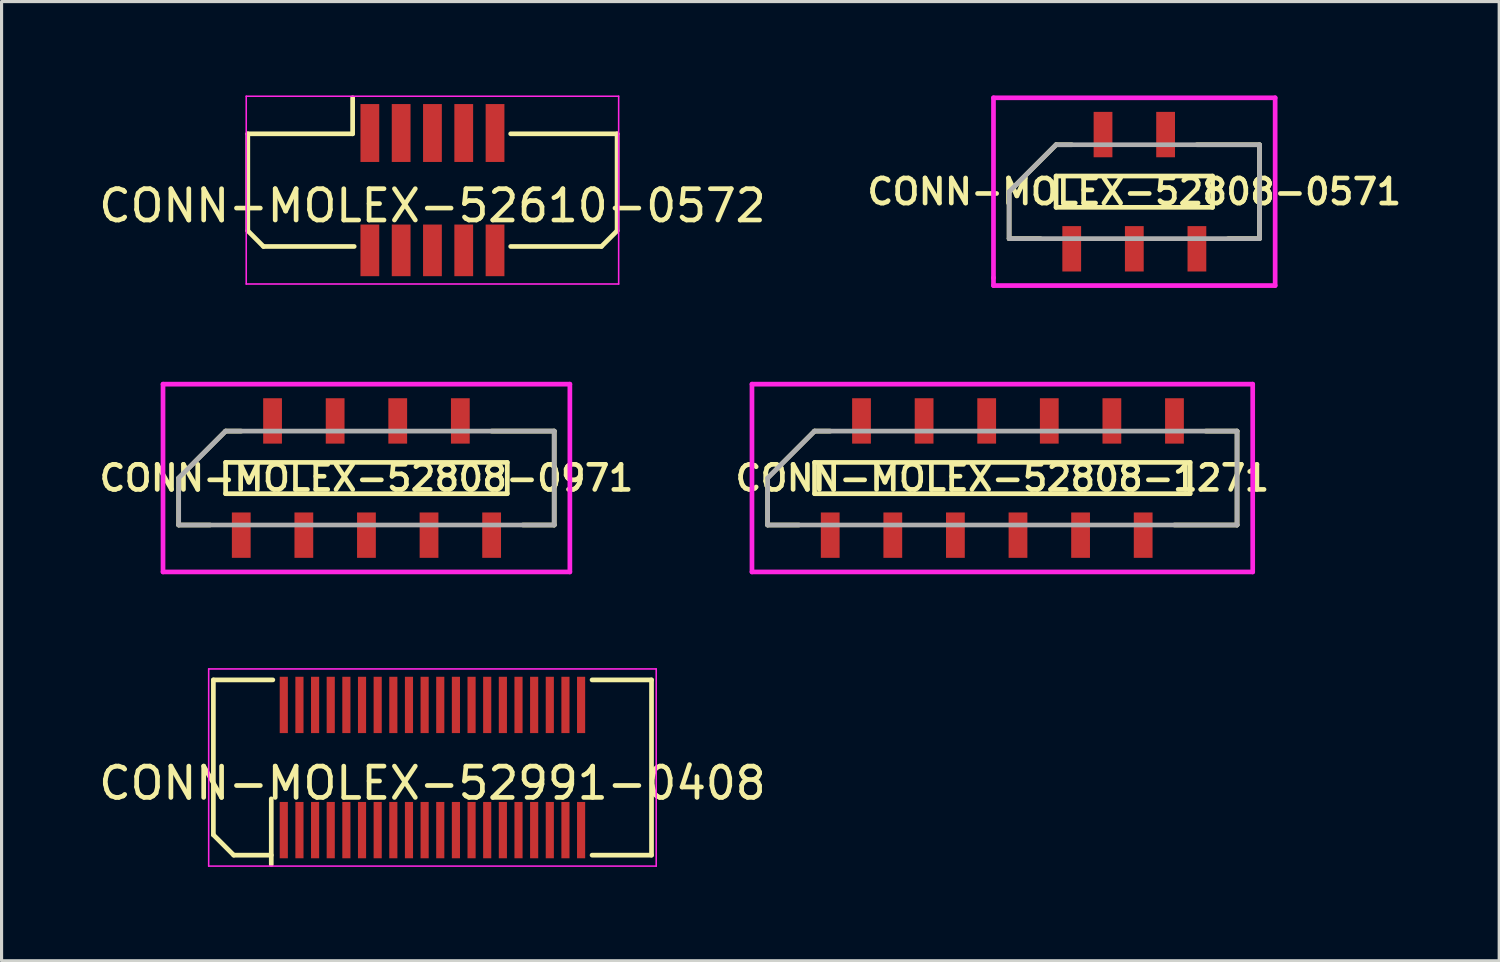
<source format=kicad_pcb>
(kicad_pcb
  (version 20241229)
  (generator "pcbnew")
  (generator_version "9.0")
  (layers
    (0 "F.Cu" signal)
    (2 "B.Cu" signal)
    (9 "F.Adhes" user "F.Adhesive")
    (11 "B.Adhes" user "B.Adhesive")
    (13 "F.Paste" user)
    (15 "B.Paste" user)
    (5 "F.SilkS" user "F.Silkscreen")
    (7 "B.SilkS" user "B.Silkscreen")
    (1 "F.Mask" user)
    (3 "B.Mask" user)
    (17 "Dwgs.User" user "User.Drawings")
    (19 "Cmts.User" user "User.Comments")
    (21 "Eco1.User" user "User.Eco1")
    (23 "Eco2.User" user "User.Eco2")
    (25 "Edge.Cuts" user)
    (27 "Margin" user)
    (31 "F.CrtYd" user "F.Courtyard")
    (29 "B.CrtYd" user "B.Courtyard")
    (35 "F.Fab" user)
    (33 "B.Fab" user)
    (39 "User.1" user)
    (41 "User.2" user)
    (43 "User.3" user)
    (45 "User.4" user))
  (footprint "CONN-MOLEX-52808-0571"
    (layer "F.Cu")
    (at 33.195 3.075)
    (property "Reference" "CONN-MOLEX-52808-0571" (at 0 0 0) (layer "F.SilkS") (effects (font (size 0.8 0.8) (thickness 0.15))))
    (attr through_hole)
    (fp_line (start -4 0) (end -4 1.5) (stroke (width 0.15) (type solid)) (layer "F.SilkS"))
    (fp_line (start -4 0) (end -2.5 -1.5) (stroke (width 0.15) (type solid)) (layer "F.SilkS"))
    (fp_line (start -3 1.5) (end -4 1.5) (stroke (width 0.15) (type solid)) (layer "F.SilkS"))
    (fp_line (start -2.5 -0.5) (end -2.5 0.5) (stroke (width 0.15) (type solid)) (layer "F.SilkS"))
    (fp_line (start -2.5 -0.5) (end 2.5 -0.5) (stroke (width 0.15) (type solid)) (layer "F.SilkS"))
    (fp_line (start -2 -1.5) (end -2.5 -1.5) (stroke (width 0.15) (type solid)) (layer "F.SilkS"))
    (fp_line (start 2.5 -0.5) (end 2.5 0.5) (stroke (width 0.15) (type solid)) (layer "F.SilkS"))
    (fp_line (start 2.5 0.5) (end -2.5 0.5) (stroke (width 0.15) (type solid)) (layer "F.SilkS"))
    (fp_line (start 3 1.5) (end 4 1.5) (stroke (width 0.15) (type solid)) (layer "F.SilkS"))
    (fp_line (start 4 -1.5) (end 2 -1.5) (stroke (width 0.15) (type solid)) (layer "F.SilkS"))
    (fp_line (start 4 -1.5) (end 4 1.5) (stroke (width 0.15) (type solid)) (layer "F.SilkS"))
    (fp_line (start -4.5 -3) (end -4.5 2.75) (stroke (width 0.15) (type solid)) (layer "F.CrtYd"))
    (fp_line (start -4.5 2.75) (end -4.5 3) (stroke (width 0.15) (type solid)) (layer "F.CrtYd"))
    (fp_line (start -4.5 3) (end 4.5 3) (stroke (width 0.15) (type solid)) (layer "F.CrtYd"))
    (fp_line (start 4.5 -3) (end -4.5 -3) (stroke (width 0.15) (type solid)) (layer "F.CrtYd"))
    (fp_line (start 4.5 3) (end 4.5 -3) (stroke (width 0.15) (type solid)) (layer "F.CrtYd"))
    (fp_line (start -4 0) (end -2.5 -1.5) (stroke (width 0.15) (type solid)) (layer "F.Fab"))
    (fp_line (start -4 1.5) (end -4 0) (stroke (width 0.15) (type solid)) (layer "F.Fab"))
    (fp_line (start -2.5 -1.5) (end 4 -1.5) (stroke (width 0.15) (type solid)) (layer "F.Fab"))
    (fp_line (start 4 -1.5) (end 4 1.5) (stroke (width 0.15) (type solid)) (layer "F.Fab"))
    (fp_line (start 4 1.5) (end -4 1.5) (stroke (width 0.15) (type solid)) (layer "F.Fab"))
    (pad "1" smd rect (at -2 1.825) (size 0.6 1.45) (layers "F.Cu" "F.Mask" "F.Paste"))
    (pad "2" smd rect (at -1 -1.825) (size 0.6 1.45) (layers "F.Cu" "F.Mask" "F.Paste"))
    (pad "3" smd rect (at 0 1.825) (size 0.6 1.45) (layers "F.Cu" "F.Mask" "F.Paste"))
    (pad "4" smd rect (at 1 -1.825) (size 0.6 1.45) (layers "F.Cu" "F.Mask" "F.Paste"))
    (pad "5" smd rect (at 2 1.825) (size 0.6 1.45) (layers "F.Cu" "F.Mask" "F.Paste")))
  (footprint "CONN-MOLEX-52808-0971"
    (layer "F.Cu")
    (at 8.659 12.225)
    (property "Reference" "CONN-MOLEX-52808-0971" (at 0 0 0) (layer "F.SilkS") (effects (font (size 0.8 0.8) (thickness 0.15))))
    (attr through_hole)
    (fp_line (start -6 0) (end -6 1.5) (stroke (width 0.15) (type solid)) (layer "F.SilkS"))
    (fp_line (start -6 0) (end -4.5 -1.5) (stroke (width 0.15) (type solid)) (layer "F.SilkS"))
    (fp_line (start -5 1.5) (end -6 1.5) (stroke (width 0.15) (type solid)) (layer "F.SilkS"))
    (fp_line (start -4.5 -0.5) (end -4.5 0.5) (stroke (width 0.15) (type solid)) (layer "F.SilkS"))
    (fp_line (start -4.5 -0.5) (end 4.5 -0.5) (stroke (width 0.15) (type solid)) (layer "F.SilkS"))
    (fp_line (start -4 -1.5) (end -4.5 -1.5) (stroke (width 0.15) (type solid)) (layer "F.SilkS"))
    (fp_line (start 4.5 -0.5) (end 4.5 0.5) (stroke (width 0.15) (type solid)) (layer "F.SilkS"))
    (fp_line (start 4.5 0.5) (end -4.5 0.5) (stroke (width 0.15) (type solid)) (layer "F.SilkS"))
    (fp_line (start 5 1.5) (end 6 1.5) (stroke (width 0.15) (type solid)) (layer "F.SilkS"))
    (fp_line (start 6 -1.5) (end 4 -1.5) (stroke (width 0.15) (type solid)) (layer "F.SilkS"))
    (fp_line (start 6 -1.5) (end 6 1.5) (stroke (width 0.15) (type solid)) (layer "F.SilkS"))
    (fp_line (start -6.5 -3) (end -6.5 3) (stroke (width 0.15) (type solid)) (layer "F.CrtYd"))
    (fp_line (start -6.5 3) (end 6.5 3) (stroke (width 0.15) (type solid)) (layer "F.CrtYd"))
    (fp_line (start 6.5 -3) (end -6.5 -3) (stroke (width 0.15) (type solid)) (layer "F.CrtYd"))
    (fp_line (start 6.5 3) (end 6.5 -3) (stroke (width 0.15) (type solid)) (layer "F.CrtYd"))
    (fp_line (start -6 0) (end -4.5 -1.5) (stroke (width 0.15) (type solid)) (layer "F.Fab"))
    (fp_line (start -6 1.5) (end -6 0) (stroke (width 0.15) (type solid)) (layer "F.Fab"))
    (fp_line (start -4.5 -1.5) (end 6 -1.5) (stroke (width 0.15) (type solid)) (layer "F.Fab"))
    (fp_line (start 6 -1.5) (end 6 1.5) (stroke (width 0.15) (type solid)) (layer "F.Fab"))
    (fp_line (start 6 1.5) (end -6 1.5) (stroke (width 0.15) (type solid)) (layer "F.Fab"))
    (pad "1" smd rect (at -4 1.825) (size 0.6 1.45) (layers "F.Cu" "F.Mask" "F.Paste"))
    (pad "2" smd rect (at -3 -1.825) (size 0.6 1.45) (layers "F.Cu" "F.Mask" "F.Paste"))
    (pad "3" smd rect (at -2 1.825) (size 0.6 1.45) (layers "F.Cu" "F.Mask" "F.Paste"))
    (pad "4" smd rect (at -1 -1.825) (size 0.6 1.45) (layers "F.Cu" "F.Mask" "F.Paste"))
    (pad "5" smd rect (at 0 1.825) (size 0.6 1.45) (layers "F.Cu" "F.Mask" "F.Paste"))
    (pad "6" smd rect (at 1 -1.825) (size 0.6 1.45) (layers "F.Cu" "F.Mask" "F.Paste"))
    (pad "7" smd rect (at 2 1.825) (size 0.6 1.45) (layers "F.Cu" "F.Mask" "F.Paste"))
    (pad "8" smd rect (at 3 -1.825) (size 0.6 1.45) (layers "F.Cu" "F.Mask" "F.Paste"))
    (pad "9" smd rect (at 4 1.825) (size 0.6 1.45) (layers "F.Cu" "F.Mask" "F.Paste")))
  (footprint "CONN-MOLEX-52610-0572"
    (layer "F.Cu")
    (at 10.768 3.025)
    (property "Reference" "CONN-MOLEX-52610-0572" (at 0 0.5 0) (layer "F.SilkS") (effects (font (size 1 1) (thickness 0.15))))
    (attr through_hole)
    (fp_line (start -5.9 -1.8) (end -5.9 1.3) (stroke (width 0.15) (type solid)) (layer "F.SilkS"))
    (fp_line (start -5.9 1.3) (end -5.4 1.8) (stroke (width 0.15) (type solid)) (layer "F.SilkS"))
    (fp_line (start -5.4 1.8) (end -2.5 1.8) (stroke (width 0.15) (type solid)) (layer "F.SilkS"))
    (fp_line (start -2.55 -1.8) (end -5.9 -1.8) (stroke (width 0.15) (type solid)) (layer "F.SilkS"))
    (fp_line (start -2.55 -1.8) (end -2.55 -2.95) (stroke (width 0.15) (type solid)) (layer "F.SilkS"))
    (fp_line (start 2.5 1.8) (end 5.4 1.8) (stroke (width 0.15) (type solid)) (layer "F.SilkS"))
    (fp_line (start 5.4 1.8) (end 5.9 1.3) (stroke (width 0.15) (type solid)) (layer "F.SilkS"))
    (fp_line (start 5.9 -1.8) (end 2.5 -1.8) (stroke (width 0.15) (type solid)) (layer "F.SilkS"))
    (fp_line (start 5.9 -1.8) (end 5.9 1.3) (stroke (width 0.15) (type solid)) (layer "F.SilkS"))
    (fp_line (start -5.95 -3) (end 5.95 -3) (stroke (width 0.05) (type solid)) (layer "F.CrtYd"))
    (fp_line (start -5.95 3) (end -5.95 -3) (stroke (width 0.05) (type solid)) (layer "F.CrtYd"))
    (fp_line (start 5.95 -3) (end 5.95 3) (stroke (width 0.05) (type solid)) (layer "F.CrtYd"))
    (fp_line (start 5.95 3) (end -5.95 3) (stroke (width 0.05) (type solid)) (layer "F.CrtYd"))
    (pad "1" smd rect (at -2 -1.8) (size 0.6 1.85) (drill (offset 0 -0.025)) (layers "F.Cu" "F.Mask" "F.Paste"))
    (pad "1" smd rect (at -2 1.8) (size 0.6 1.65) (drill (offset 0 0.125)) (layers "F.Cu" "F.Mask" "F.Paste"))
    (pad "2" smd rect (at -1 -1.8) (size 0.6 1.85) (drill (offset 0 -0.025)) (layers "F.Cu" "F.Mask" "F.Paste"))
    (pad "2" smd rect (at -1 1.8) (size 0.6 1.65) (drill (offset 0 0.125)) (layers "F.Cu" "F.Mask" "F.Paste"))
    (pad "3" smd rect (at 0 -1.8) (size 0.6 1.85) (drill (offset 0 -0.025)) (layers "F.Cu" "F.Mask" "F.Paste"))
    (pad "3" smd rect (at 0 1.8) (size 0.6 1.65) (drill (offset 0 0.125)) (layers "F.Cu" "F.Mask" "F.Paste"))
    (pad "4" smd rect (at 1 -1.8) (size 0.6 1.85) (drill (offset 0 -0.025)) (layers "F.Cu" "F.Mask" "F.Paste"))
    (pad "4" smd rect (at 1 1.8) (size 0.6 1.65) (drill (offset 0 0.125)) (layers "F.Cu" "F.Mask" "F.Paste"))
    (pad "5" smd rect (at 2 -1.8) (size 0.6 1.85) (drill (offset 0 -0.025)) (layers "F.Cu" "F.Mask" "F.Paste"))
    (pad "5" smd rect (at 2 1.8) (size 0.6 1.65) (drill (offset 0 0.125)) (layers "F.Cu" "F.Mask" "F.Paste")))
  (footprint "CONN-MOLEX-52991-0408"
    (layer "F.Cu")
    (at 10.768 21.475)
    (property "Reference" "CONN-MOLEX-52991-0408" (at 0 0.5 0) (layer "F.SilkS") (effects (font (size 1 1) (thickness 0.15))))
    (attr through_hole)
    (fp_line (start -7 -2.8) (end -7 2.15) (stroke (width 0.15) (type solid)) (layer "F.SilkS"))
    (fp_line (start -7 2.15) (end -6.35 2.8) (stroke (width 0.15) (type solid)) (layer "F.SilkS"))
    (fp_line (start -6.35 2.8) (end -5.15 2.8) (stroke (width 0.15) (type solid)) (layer "F.SilkS"))
    (fp_line (start -5.15 3.1) (end -5.15 1) (stroke (width 0.15) (type solid)) (layer "F.SilkS"))
    (fp_line (start -5.1 -2.8) (end -7 -2.8) (stroke (width 0.15) (type solid)) (layer "F.SilkS"))
    (fp_line (start 5.1 -2.8) (end 7 -2.8) (stroke (width 0.15) (type solid)) (layer "F.SilkS"))
    (fp_line (start 7 -2.8) (end 7 2.8) (stroke (width 0.15) (type solid)) (layer "F.SilkS"))
    (fp_line (start 7 2.8) (end 5.1 2.8) (stroke (width 0.15) (type solid)) (layer "F.SilkS"))
    (fp_line (start -7.15 -3.15) (end -7.15 3.15) (stroke (width 0.05) (type solid)) (layer "F.CrtYd"))
    (fp_line (start -7.15 3.15) (end 7.15 3.15) (stroke (width 0.05) (type solid)) (layer "F.CrtYd"))
    (fp_line (start 7.15 -3.15) (end -7.15 -3.15) (stroke (width 0.05) (type solid)) (layer "F.CrtYd"))
    (fp_line (start 7.15 3.15) (end 7.15 -3.15) (stroke (width 0.05) (type solid)) (layer "F.CrtYd"))
    (pad "1" smd rect (at -4.75 2) (size 0.26 1.8) (layers "F.Cu" "F.Mask" "F.Paste"))
    (pad "2" smd rect (at -4.25 2) (size 0.26 1.8) (layers "F.Cu" "F.Mask" "F.Paste"))
    (pad "3" smd rect (at -3.75 2) (size 0.26 1.8) (layers "F.Cu" "F.Mask" "F.Paste"))
    (pad "4" smd rect (at -3.25 2) (size 0.26 1.8) (layers "F.Cu" "F.Mask" "F.Paste"))
    (pad "5" smd rect (at -2.75 2) (size 0.26 1.8) (layers "F.Cu" "F.Mask" "F.Paste"))
    (pad "6" smd rect (at -2.25 2) (size 0.26 1.8) (layers "F.Cu" "F.Mask" "F.Paste"))
    (pad "7" smd rect (at -1.75 2) (size 0.26 1.8) (layers "F.Cu" "F.Mask" "F.Paste"))
    (pad "8" smd rect (at -1.25 2) (size 0.26 1.8) (layers "F.Cu" "F.Mask" "F.Paste"))
    (pad "9" smd rect (at -0.75 2) (size 0.26 1.8) (layers "F.Cu" "F.Mask" "F.Paste"))
    (pad "10" smd rect (at -0.25 2) (size 0.26 1.8) (layers "F.Cu" "F.Mask" "F.Paste"))
    (pad "11" smd rect (at 0.25 2) (size 0.26 1.8) (layers "F.Cu" "F.Mask" "F.Paste"))
    (pad "12" smd rect (at 0.75 2) (size 0.26 1.8) (layers "F.Cu" "F.Mask" "F.Paste"))
    (pad "13" smd rect (at 1.25 2) (size 0.26 1.8) (layers "F.Cu" "F.Mask" "F.Paste"))
    (pad "14" smd rect (at 1.75 2) (size 0.26 1.8) (layers "F.Cu" "F.Mask" "F.Paste"))
    (pad "15" smd rect (at 2.25 2) (size 0.26 1.8) (layers "F.Cu" "F.Mask" "F.Paste"))
    (pad "16" smd rect (at 2.75 2) (size 0.26 1.8) (layers "F.Cu" "F.Mask" "F.Paste"))
    (pad "17" smd rect (at 3.25 2) (size 0.26 1.8) (layers "F.Cu" "F.Mask" "F.Paste"))
    (pad "18" smd rect (at 3.75 2) (size 0.26 1.8) (layers "F.Cu" "F.Mask" "F.Paste"))
    (pad "19" smd rect (at 4.25 2) (size 0.26 1.8) (layers "F.Cu" "F.Mask" "F.Paste"))
    (pad "20" smd rect (at 4.75 2) (size 0.26 1.8) (layers "F.Cu" "F.Mask" "F.Paste"))
    (pad "21" smd rect (at -4.75 -2) (size 0.26 1.8) (layers "F.Cu" "F.Mask" "F.Paste"))
    (pad "22" smd rect (at -4.25 -2) (size 0.26 1.8) (layers "F.Cu" "F.Mask" "F.Paste"))
    (pad "23" smd rect (at -3.75 -2) (size 0.26 1.8) (layers "F.Cu" "F.Mask" "F.Paste"))
    (pad "24" smd rect (at -3.25 -2) (size 0.26 1.8) (layers "F.Cu" "F.Mask" "F.Paste"))
    (pad "25" smd rect (at -2.75 -2) (size 0.26 1.8) (layers "F.Cu" "F.Mask" "F.Paste"))
    (pad "26" smd rect (at -2.25 -2) (size 0.26 1.8) (layers "F.Cu" "F.Mask" "F.Paste"))
    (pad "27" smd rect (at -1.75 -2) (size 0.26 1.8) (layers "F.Cu" "F.Mask" "F.Paste"))
    (pad "28" smd rect (at -1.25 -2) (size 0.26 1.8) (layers "F.Cu" "F.Mask" "F.Paste"))
    (pad "29" smd rect (at -0.75 -2) (size 0.26 1.8) (layers "F.Cu" "F.Mask" "F.Paste"))
    (pad "30" smd rect (at -0.25 -2) (size 0.26 1.8) (layers "F.Cu" "F.Mask" "F.Paste"))
    (pad "31" smd rect (at 0.25 -2) (size 0.26 1.8) (layers "F.Cu" "F.Mask" "F.Paste"))
    (pad "32" smd rect (at 0.75 -2) (size 0.26 1.8) (layers "F.Cu" "F.Mask" "F.Paste"))
    (pad "33" smd rect (at 1.25 -2) (size 0.26 1.8) (layers "F.Cu" "F.Mask" "F.Paste"))
    (pad "34" smd rect (at 1.75 -2) (size 0.26 1.8) (layers "F.Cu" "F.Mask" "F.Paste"))
    (pad "35" smd rect (at 2.25 -2) (size 0.26 1.8) (layers "F.Cu" "F.Mask" "F.Paste"))
    (pad "36" smd rect (at 2.75 -2) (size 0.26 1.8) (layers "F.Cu" "F.Mask" "F.Paste"))
    (pad "37" smd rect (at 3.25 -2) (size 0.26 1.8) (layers "F.Cu" "F.Mask" "F.Paste"))
    (pad "38" smd rect (at 3.75 -2) (size 0.26 1.8) (layers "F.Cu" "F.Mask" "F.Paste"))
    (pad "39" smd rect (at 4.25 -2) (size 0.26 1.8) (layers "F.Cu" "F.Mask" "F.Paste"))
    (pad "40" smd rect (at 4.75 -2) (size 0.26 1.8) (layers "F.Cu" "F.Mask" "F.Paste")))
  (footprint "CONN-MOLEX-52808-1271"
    (layer "F.Cu")
    (at 28.978 12.225)
    (property "Reference" "CONN-MOLEX-52808-1271" (at 0 0 0) (layer "F.SilkS") (effects (font (size 0.8 0.8) (thickness 0.15))))
    (attr through_hole)
    (fp_line (start -7.5 0) (end -7.5 1.5) (stroke (width 0.15) (type solid)) (layer "F.SilkS"))
    (fp_line (start -7.5 0) (end -6 -1.5) (stroke (width 0.15) (type solid)) (layer "F.SilkS"))
    (fp_line (start -6.5 1.5) (end -7.5 1.5) (stroke (width 0.15) (type solid)) (layer "F.SilkS"))
    (fp_line (start -6 -0.5) (end -6 0.5) (stroke (width 0.15) (type solid)) (layer "F.SilkS"))
    (fp_line (start -6 -0.5) (end 6 -0.5) (stroke (width 0.15) (type solid)) (layer "F.SilkS"))
    (fp_line (start -5.5 -1.5) (end -6 -1.5) (stroke (width 0.15) (type solid)) (layer "F.SilkS"))
    (fp_line (start 6 -0.5) (end 6 0.5) (stroke (width 0.15) (type solid)) (layer "F.SilkS"))
    (fp_line (start 6 0.5) (end -6 0.5) (stroke (width 0.15) (type solid)) (layer "F.SilkS"))
    (fp_line (start 6.5 -1.5) (end 7.5 -1.5) (stroke (width 0.15) (type solid)) (layer "F.SilkS"))
    (fp_line (start 7.5 -1.5) (end 7.5 1.5) (stroke (width 0.15) (type solid)) (layer "F.SilkS"))
    (fp_line (start 7.5 1.5) (end 5.5 1.5) (stroke (width 0.15) (type solid)) (layer "F.SilkS"))
    (fp_line (start -8 -3) (end -8 3) (stroke (width 0.15) (type solid)) (layer "F.CrtYd"))
    (fp_line (start -8 3) (end 8 3) (stroke (width 0.15) (type solid)) (layer "F.CrtYd"))
    (fp_line (start 8 -3) (end -8 -3) (stroke (width 0.15) (type solid)) (layer "F.CrtYd"))
    (fp_line (start 8 3) (end 8 -3) (stroke (width 0.15) (type solid)) (layer "F.CrtYd"))
    (fp_line (start -7.5 0) (end -7.5 1.5) (stroke (width 0.15) (type solid)) (layer "F.Fab"))
    (fp_line (start -7.5 1.5) (end 7.5 1.5) (stroke (width 0.15) (type solid)) (layer "F.Fab"))
    (fp_line (start -6 -1.5) (end -7.5 0) (stroke (width 0.15) (type solid)) (layer "F.Fab"))
    (fp_line (start 7.5 -1.5) (end -6 -1.5) (stroke (width 0.15) (type solid)) (layer "F.Fab"))
    (fp_line (start 7.5 1.5) (end 7.5 -1.5) (stroke (width 0.15) (type solid)) (layer "F.Fab"))
    (pad "1" smd rect (at -5.5 1.825) (size 0.6 1.45) (layers "F.Cu" "F.Mask" "F.Paste"))
    (pad "2" smd rect (at -4.5 -1.825) (size 0.6 1.45) (layers "F.Cu" "F.Mask" "F.Paste"))
    (pad "3" smd rect (at -3.5 1.825) (size 0.6 1.45) (layers "F.Cu" "F.Mask" "F.Paste"))
    (pad "4" smd rect (at -2.5 -1.825) (size 0.6 1.45) (layers "F.Cu" "F.Mask" "F.Paste"))
    (pad "5" smd rect (at -1.5 1.825) (size 0.6 1.45) (layers "F.Cu" "F.Mask" "F.Paste"))
    (pad "6" smd rect (at -0.5 -1.825) (size 0.6 1.45) (layers "F.Cu" "F.Mask" "F.Paste"))
    (pad "7" smd rect (at 0.5 1.825) (size 0.6 1.45) (layers "F.Cu" "F.Mask" "F.Paste"))
    (pad "8" smd rect (at 1.5 -1.825) (size 0.6 1.45) (layers "F.Cu" "F.Mask" "F.Paste"))
    (pad "9" smd rect (at 2.5 1.825) (size 0.6 1.45) (layers "F.Cu" "F.Mask" "F.Paste"))
    (pad "10" smd rect (at 3.5 -1.825) (size 0.6 1.45) (layers "F.Cu" "F.Mask" "F.Paste"))
    (pad "11" smd rect (at 4.5 1.825) (size 0.6 1.45) (layers "F.Cu" "F.Mask" "F.Paste"))
    (pad "12" smd rect (at 5.5 -1.825) (size 0.6 1.45) (layers "F.Cu" "F.Mask" "F.Paste")))
  (gr_rect
    (start -3 -3)
    (end 44.854 27.65)
    (stroke (width 0.1) (type default))
    (fill no)
    (layer "Edge.Cuts")))
</source>
